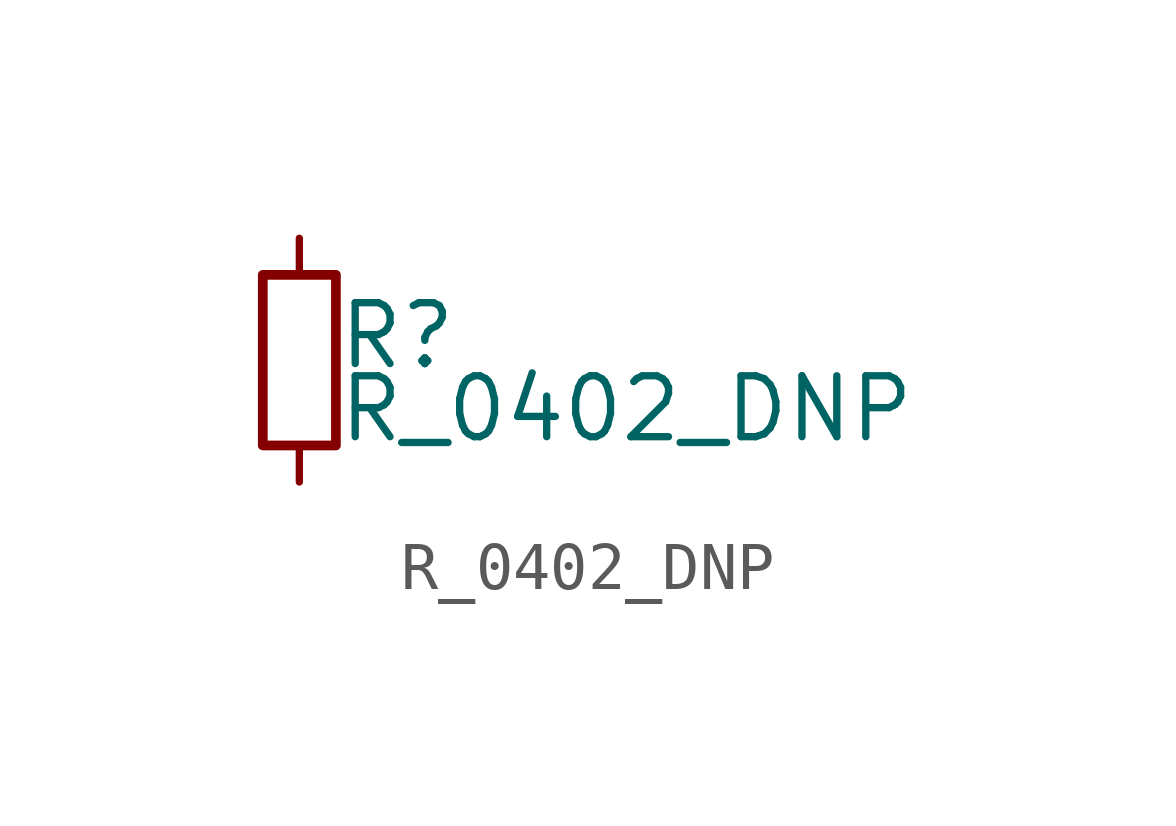
<source format=kicad_sym>
(kicad_symbol_lib
  (version 20220914)
  (generator kicad_symbol_editor)
  (symbol "R_0402_DNP"
    (pin_numbers hide)
    (pin_names
      (offset 0.254) hide)
    (property "Reference" "R"
      (at 0.762 0.508 0)
      (effects (font (size 1.27 1.27)) (justify left)))
    (property "Value" "R_0402_DNP"
      (at 0.762 -1.016 0)
      (effects (font (size 1.27 1.27)) (justify left)))
    (symbol "R_0402_DNP_0_1"
      (rectangle (start -0.762 1.778) (end 0.762 -1.778) (stroke (width 0.203) (type default)) (fill (type none))))
    (symbol "R_0402_DNP_1_1"
      (pin passive line (at 0 2.54 270) (length 0.762) (name "~" (effects (font (size 1.27 1.27)))) (number "1" (effects (font (size 1.27 1.27)))))
      (pin passive line (at 0 -2.54 90) (length 0.762) (name "~" (effects (font (size 1.27 1.27)))) (number "2" (effects (font (size 1.27 1.27))))))))
</source>
